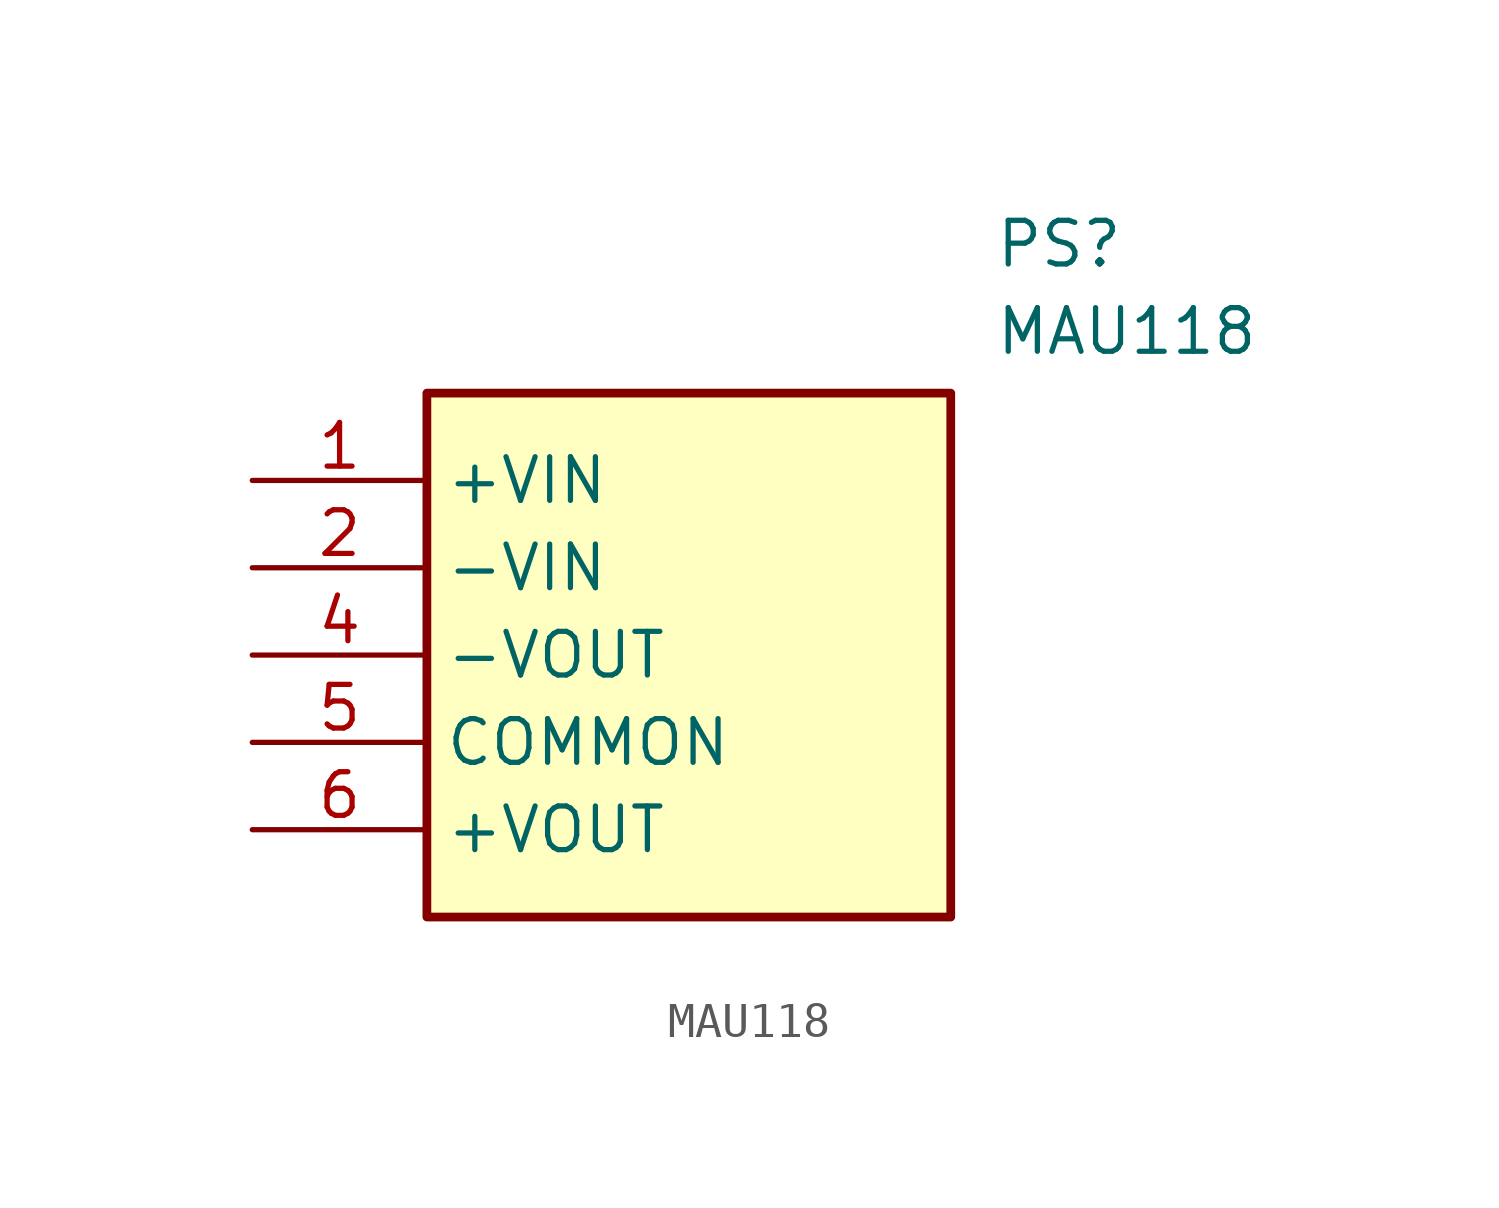
<source format=kicad_sym>
(kicad_symbol_lib
  (version 20211014)
  (generator SamacSys_ECAD_Model)
  (symbol "MAU118"
    (property "Reference" "PS"
      (at 21.59 7.62 0)
      (effects (font (size 1.27 1.27)) (justify left top)))
    (property "Value" "MAU118"
      (at 21.59 5.08 0)
      (effects (font (size 1.27 1.27)) (justify left top)))
    (rectangle
      (start 5.08 2.54)
      (end 20.32 -12.7)
      (stroke (width 0.254) (type default))
      (fill (type background)))
    (pin passive line
      (at 0 0 0)
      (length 5.08)
      (name "+VIN" (effects (font (size 1.27 1.27))))
      (number "1" (effects (font (size 1.27 1.27)))))
    (pin passive line
      (at 0 -2.54 0)
      (length 5.08)
      (name "-VIN" (effects (font (size 1.27 1.27))))
      (number "2" (effects (font (size 1.27 1.27)))))
    (pin passive line
      (at 0 -5.08 0)
      (length 5.08)
      (name "-VOUT" (effects (font (size 1.27 1.27))))
      (number "4" (effects (font (size 1.27 1.27)))))
    (pin passive line
      (at 0 -7.62 0)
      (length 5.08)
      (name "COMMON" (effects (font (size 1.27 1.27))))
      (number "5" (effects (font (size 1.27 1.27)))))
    (pin passive line
      (at 0 -10.16 0)
      (length 5.08)
      (name "+VOUT" (effects (font (size 1.27 1.27))))
      (number "6" (effects (font (size 1.27 1.27)))))))
</source>
